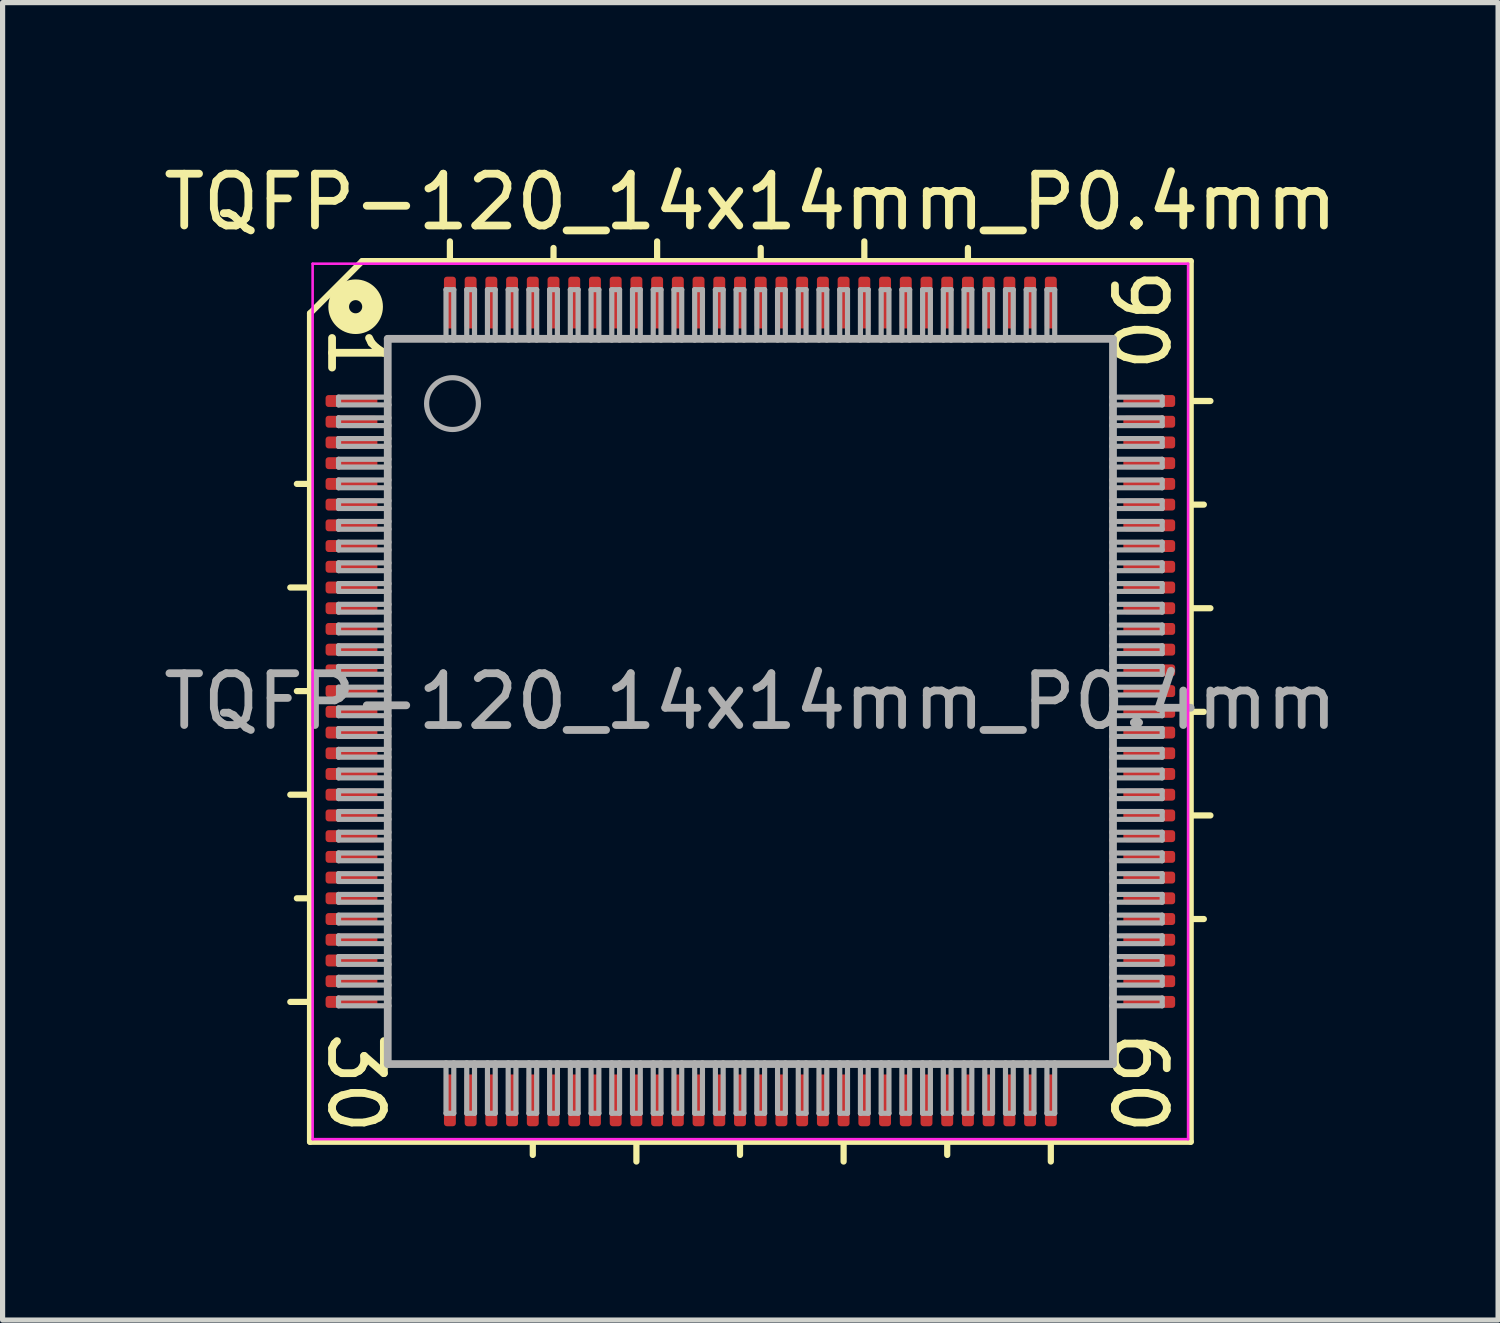
<source format=kicad_pcb>
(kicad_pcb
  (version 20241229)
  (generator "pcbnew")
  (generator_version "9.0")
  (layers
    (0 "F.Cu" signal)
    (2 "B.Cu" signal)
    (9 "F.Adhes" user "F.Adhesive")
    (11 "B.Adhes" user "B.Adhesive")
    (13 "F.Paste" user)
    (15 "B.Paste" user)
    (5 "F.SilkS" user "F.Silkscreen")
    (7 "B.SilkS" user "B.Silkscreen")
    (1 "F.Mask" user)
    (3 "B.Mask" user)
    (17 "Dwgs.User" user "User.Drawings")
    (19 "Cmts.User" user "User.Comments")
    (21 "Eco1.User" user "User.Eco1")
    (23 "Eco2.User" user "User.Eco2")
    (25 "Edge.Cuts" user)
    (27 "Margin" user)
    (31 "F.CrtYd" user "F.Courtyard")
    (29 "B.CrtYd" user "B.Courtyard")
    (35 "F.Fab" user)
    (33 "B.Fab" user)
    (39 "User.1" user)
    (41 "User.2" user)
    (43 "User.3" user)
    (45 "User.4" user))
  (footprint "TQFP-120_14x14mm_P0.4mm"
    (layer "F.Cu")
    (at 11.435 10.491)
    (property "Reference" "TQFP-120_14x14mm_P0.4mm" (at 0 -9.643 0) (layer "F.SilkS") (effects (font (size 1 1) (thickness 0.15))))
    (attr smd)
    (fp_line (start -8.5 -7.493) (end -8.5 8.5) (stroke (width 0.12) (type solid)) (layer "F.SilkS"))
    (fp_line (start -8.5 -4.2) (end -8.754 -4.2) (stroke (width 0.12) (type solid)) (layer "F.SilkS"))
    (fp_line (start -8.5 -2.2) (end -8.881 -2.2) (stroke (width 0.12) (type solid)) (layer "F.SilkS"))
    (fp_line (start -8.5 -0.2) (end -8.754 -0.2) (stroke (width 0.12) (type solid)) (layer "F.SilkS"))
    (fp_line (start -8.5 1.8) (end -8.881 1.8) (stroke (width 0.12) (type solid)) (layer "F.SilkS"))
    (fp_line (start -8.5 3.8) (end -8.754 3.8) (stroke (width 0.12) (type solid)) (layer "F.SilkS"))
    (fp_line (start -8.5 5.8) (end -8.881 5.8) (stroke (width 0.12) (type solid)) (layer "F.SilkS"))
    (fp_line (start -8.5 8.5) (end 8.5 8.5) (stroke (width 0.12) (type solid)) (layer "F.SilkS"))
    (fp_line (start -7.493 -8.5) (end -8.5 -7.493) (stroke (width 0.12) (type solid)) (layer "F.SilkS"))
    (fp_line (start -5.8 -8.5) (end -5.8 -8.881) (stroke (width 0.12) (type solid)) (layer "F.SilkS"))
    (fp_line (start -4.2 8.5) (end -4.2 8.754) (stroke (width 0.12) (type solid)) (layer "F.SilkS"))
    (fp_line (start -3.8 -8.5) (end -3.8 -8.754) (stroke (width 0.12) (type solid)) (layer "F.SilkS"))
    (fp_line (start -2.2 8.5) (end -2.2 8.881) (stroke (width 0.12) (type solid)) (layer "F.SilkS"))
    (fp_line (start -1.8 -8.5) (end -1.8 -8.881) (stroke (width 0.12) (type solid)) (layer "F.SilkS"))
    (fp_line (start -0.2 8.5) (end -0.2 8.754) (stroke (width 0.12) (type solid)) (layer "F.SilkS"))
    (fp_line (start 0.2 -8.5) (end 0.2 -8.754) (stroke (width 0.12) (type solid)) (layer "F.SilkS"))
    (fp_line (start 1.8 8.5) (end 1.8 8.881) (stroke (width 0.12) (type solid)) (layer "F.SilkS"))
    (fp_line (start 2.2 -8.881) (end 2.2 -8.5) (stroke (width 0.12) (type solid)) (layer "F.SilkS"))
    (fp_line (start 3.8 8.5) (end 3.8 8.754) (stroke (width 0.12) (type solid)) (layer "F.SilkS"))
    (fp_line (start 4.2 -8.5) (end 4.2 -8.754) (stroke (width 0.12) (type solid)) (layer "F.SilkS"))
    (fp_line (start 5.8 8.5) (end 5.8 8.881) (stroke (width 0.12) (type solid)) (layer "F.SilkS"))
    (fp_line (start 8.5 -8.5) (end -7.493 -8.5) (stroke (width 0.12) (type solid)) (layer "F.SilkS"))
    (fp_line (start 8.5 -5.8) (end 8.881 -5.8) (stroke (width 0.12) (type solid)) (layer "F.SilkS"))
    (fp_line (start 8.5 -3.8) (end 8.754 -3.8) (stroke (width 0.12) (type solid)) (layer "F.SilkS"))
    (fp_line (start 8.5 -1.8) (end 8.881 -1.8) (stroke (width 0.12) (type solid)) (layer "F.SilkS"))
    (fp_line (start 8.5 0.2) (end 8.754 0.2) (stroke (width 0.12) (type solid)) (layer "F.SilkS"))
    (fp_line (start 8.5 2.2) (end 8.881 2.2) (stroke (width 0.12) (type solid)) (layer "F.SilkS"))
    (fp_line (start 8.5 4.2) (end 8.754 4.2) (stroke (width 0.12) (type solid)) (layer "F.SilkS"))
    (fp_line (start 8.5 8.5) (end 8.5 -8.5) (stroke (width 0.12) (type solid)) (layer "F.SilkS"))
    (fp_circle (center -7.62 -7.62) (end -7.493 -7.62) (stroke (width 0.4) (type solid)) (fill no) (layer "F.SilkS"))
    (fp_line (start -8.45 -8.45) (end -8.45 8.45) (stroke (width 0.05) (type solid)) (layer "F.CrtYd"))
    (fp_line (start -8.45 -8.45) (end 8.45 -8.45) (stroke (width 0.05) (type solid)) (layer "F.CrtYd"))
    (fp_line (start -8.45 8.45) (end 8.45 8.45) (stroke (width 0.05) (type solid)) (layer "F.CrtYd"))
    (fp_line (start 8.45 -8.45) (end 8.45 8.45) (stroke (width 0.05) (type solid)) (layer "F.CrtYd"))
    (fp_line (start -7.95 -5.875) (end -7.95 -5.725) (stroke (width 0.1) (type solid)) (layer "F.Fab"))
    (fp_line (start -7.95 -5.875) (end -6.975 -5.875) (stroke (width 0.1) (type solid)) (layer "F.Fab"))
    (fp_line (start -7.95 -5.725) (end -6.975 -5.725) (stroke (width 0.1) (type solid)) (layer "F.Fab"))
    (fp_line (start -7.95 -5.475) (end -7.95 -5.325) (stroke (width 0.1) (type solid)) (layer "F.Fab"))
    (fp_line (start -7.95 -5.475) (end -6.975 -5.475) (stroke (width 0.1) (type solid)) (layer "F.Fab"))
    (fp_line (start -7.95 -5.325) (end -6.975 -5.325) (stroke (width 0.1) (type solid)) (layer "F.Fab"))
    (fp_line (start -7.95 -5.075) (end -7.95 -4.925) (stroke (width 0.1) (type solid)) (layer "F.Fab"))
    (fp_line (start -7.95 -5.075) (end -6.975 -5.075) (stroke (width 0.1) (type solid)) (layer "F.Fab"))
    (fp_line (start -7.95 -4.925) (end -6.975 -4.925) (stroke (width 0.1) (type solid)) (layer "F.Fab"))
    (fp_line (start -7.95 -4.675) (end -7.95 -4.525) (stroke (width 0.1) (type solid)) (layer "F.Fab"))
    (fp_line (start -7.95 -4.675) (end -6.975 -4.675) (stroke (width 0.1) (type solid)) (layer "F.Fab"))
    (fp_line (start -7.95 -4.525) (end -6.975 -4.525) (stroke (width 0.1) (type solid)) (layer "F.Fab"))
    (fp_line (start -7.95 -4.275) (end -7.95 -4.125) (stroke (width 0.1) (type solid)) (layer "F.Fab"))
    (fp_line (start -7.95 -4.275) (end -6.975 -4.275) (stroke (width 0.1) (type solid)) (layer "F.Fab"))
    (fp_line (start -7.95 -4.125) (end -6.975 -4.125) (stroke (width 0.1) (type solid)) (layer "F.Fab"))
    (fp_line (start -7.95 -3.875) (end -7.95 -3.725) (stroke (width 0.1) (type solid)) (layer "F.Fab"))
    (fp_line (start -7.95 -3.875) (end -6.975 -3.875) (stroke (width 0.1) (type solid)) (layer "F.Fab"))
    (fp_line (start -7.95 -3.725) (end -6.975 -3.725) (stroke (width 0.1) (type solid)) (layer "F.Fab"))
    (fp_line (start -7.95 -3.475) (end -7.95 -3.325) (stroke (width 0.1) (type solid)) (layer "F.Fab"))
    (fp_line (start -7.95 -3.475) (end -6.975 -3.475) (stroke (width 0.1) (type solid)) (layer "F.Fab"))
    (fp_line (start -7.95 -3.325) (end -6.975 -3.325) (stroke (width 0.1) (type solid)) (layer "F.Fab"))
    (fp_line (start -7.95 -3.075) (end -7.95 -2.925) (stroke (width 0.1) (type solid)) (layer "F.Fab"))
    (fp_line (start -7.95 -3.075) (end -6.975 -3.075) (stroke (width 0.1) (type solid)) (layer "F.Fab"))
    (fp_line (start -7.95 -2.925) (end -6.975 -2.925) (stroke (width 0.1) (type solid)) (layer "F.Fab"))
    (fp_line (start -7.95 -2.675) (end -7.95 -2.525) (stroke (width 0.1) (type solid)) (layer "F.Fab"))
    (fp_line (start -7.95 -2.675) (end -6.975 -2.675) (stroke (width 0.1) (type solid)) (layer "F.Fab"))
    (fp_line (start -7.95 -2.525) (end -6.975 -2.525) (stroke (width 0.1) (type solid)) (layer "F.Fab"))
    (fp_line (start -7.95 -2.275) (end -7.95 -2.125) (stroke (width 0.1) (type solid)) (layer "F.Fab"))
    (fp_line (start -7.95 -2.275) (end -6.975 -2.275) (stroke (width 0.1) (type solid)) (layer "F.Fab"))
    (fp_line (start -7.95 -2.125) (end -6.975 -2.125) (stroke (width 0.1) (type solid)) (layer "F.Fab"))
    (fp_line (start -7.95 -1.875) (end -7.95 -1.725) (stroke (width 0.1) (type solid)) (layer "F.Fab"))
    (fp_line (start -7.95 -1.875) (end -6.975 -1.875) (stroke (width 0.1) (type solid)) (layer "F.Fab"))
    (fp_line (start -7.95 -1.725) (end -6.975 -1.725) (stroke (width 0.1) (type solid)) (layer "F.Fab"))
    (fp_line (start -7.95 -1.475) (end -7.95 -1.325) (stroke (width 0.1) (type solid)) (layer "F.Fab"))
    (fp_line (start -7.95 -1.475) (end -6.975 -1.475) (stroke (width 0.1) (type solid)) (layer "F.Fab"))
    (fp_line (start -7.95 -1.325) (end -6.975 -1.325) (stroke (width 0.1) (type solid)) (layer "F.Fab"))
    (fp_line (start -7.95 -1.075) (end -7.95 -0.925) (stroke (width 0.1) (type solid)) (layer "F.Fab"))
    (fp_line (start -7.95 -1.075) (end -6.975 -1.075) (stroke (width 0.1) (type solid)) (layer "F.Fab"))
    (fp_line (start -7.95 -0.925) (end -6.975 -0.925) (stroke (width 0.1) (type solid)) (layer "F.Fab"))
    (fp_line (start -7.95 -0.675) (end -7.95 -0.525) (stroke (width 0.1) (type solid)) (layer "F.Fab"))
    (fp_line (start -7.95 -0.675) (end -6.975 -0.675) (stroke (width 0.1) (type solid)) (layer "F.Fab"))
    (fp_line (start -7.95 -0.525) (end -6.975 -0.525) (stroke (width 0.1) (type solid)) (layer "F.Fab"))
    (fp_line (start -7.95 -0.275) (end -7.95 -0.125) (stroke (width 0.1) (type solid)) (layer "F.Fab"))
    (fp_line (start -7.95 -0.275) (end -6.975 -0.275) (stroke (width 0.1) (type solid)) (layer "F.Fab"))
    (fp_line (start -7.95 -0.125) (end -6.975 -0.125) (stroke (width 0.1) (type solid)) (layer "F.Fab"))
    (fp_line (start -7.95 0.125) (end -7.95 0.275) (stroke (width 0.1) (type solid)) (layer "F.Fab"))
    (fp_line (start -7.95 0.125) (end -6.975 0.125) (stroke (width 0.1) (type solid)) (layer "F.Fab"))
    (fp_line (start -7.95 0.275) (end -6.975 0.275) (stroke (width 0.1) (type solid)) (layer "F.Fab"))
    (fp_line (start -7.95 0.525) (end -7.95 0.675) (stroke (width 0.1) (type solid)) (layer "F.Fab"))
    (fp_line (start -7.95 0.525) (end -6.975 0.525) (stroke (width 0.1) (type solid)) (layer "F.Fab"))
    (fp_line (start -7.95 0.675) (end -6.975 0.675) (stroke (width 0.1) (type solid)) (layer "F.Fab"))
    (fp_line (start -7.95 0.925) (end -7.95 1.075) (stroke (width 0.1) (type solid)) (layer "F.Fab"))
    (fp_line (start -7.95 0.925) (end -6.975 0.925) (stroke (width 0.1) (type solid)) (layer "F.Fab"))
    (fp_line (start -7.95 1.075) (end -6.975 1.075) (stroke (width 0.1) (type solid)) (layer "F.Fab"))
    (fp_line (start -7.95 1.325) (end -7.95 1.475) (stroke (width 0.1) (type solid)) (layer "F.Fab"))
    (fp_line (start -7.95 1.325) (end -6.975 1.325) (stroke (width 0.1) (type solid)) (layer "F.Fab"))
    (fp_line (start -7.95 1.475) (end -6.975 1.475) (stroke (width 0.1) (type solid)) (layer "F.Fab"))
    (fp_line (start -7.95 1.725) (end -7.95 1.875) (stroke (width 0.1) (type solid)) (layer "F.Fab"))
    (fp_line (start -7.95 1.725) (end -6.975 1.725) (stroke (width 0.1) (type solid)) (layer "F.Fab"))
    (fp_line (start -7.95 1.875) (end -6.975 1.875) (stroke (width 0.1) (type solid)) (layer "F.Fab"))
    (fp_line (start -7.95 2.125) (end -7.95 2.275) (stroke (width 0.1) (type solid)) (layer "F.Fab"))
    (fp_line (start -7.95 2.125) (end -6.975 2.125) (stroke (width 0.1) (type solid)) (layer "F.Fab"))
    (fp_line (start -7.95 2.275) (end -6.975 2.275) (stroke (width 0.1) (type solid)) (layer "F.Fab"))
    (fp_line (start -7.95 2.525) (end -7.95 2.675) (stroke (width 0.1) (type solid)) (layer "F.Fab"))
    (fp_line (start -7.95 2.525) (end -6.975 2.525) (stroke (width 0.1) (type solid)) (layer "F.Fab"))
    (fp_line (start -7.95 2.675) (end -6.975 2.675) (stroke (width 0.1) (type solid)) (layer "F.Fab"))
    (fp_line (start -7.95 2.925) (end -7.95 3.075) (stroke (width 0.1) (type solid)) (layer "F.Fab"))
    (fp_line (start -7.95 2.925) (end -6.975 2.925) (stroke (width 0.1) (type solid)) (layer "F.Fab"))
    (fp_line (start -7.95 3.075) (end -6.975 3.075) (stroke (width 0.1) (type solid)) (layer "F.Fab"))
    (fp_line (start -7.95 3.325) (end -7.95 3.475) (stroke (width 0.1) (type solid)) (layer "F.Fab"))
    (fp_line (start -7.95 3.325) (end -6.975 3.325) (stroke (width 0.1) (type solid)) (layer "F.Fab"))
    (fp_line (start -7.95 3.475) (end -6.975 3.475) (stroke (width 0.1) (type solid)) (layer "F.Fab"))
    (fp_line (start -7.95 3.725) (end -7.95 3.875) (stroke (width 0.1) (type solid)) (layer "F.Fab"))
    (fp_line (start -7.95 3.725) (end -6.975 3.725) (stroke (width 0.1) (type solid)) (layer "F.Fab"))
    (fp_line (start -7.95 3.875) (end -6.975 3.875) (stroke (width 0.1) (type solid)) (layer "F.Fab"))
    (fp_line (start -7.95 4.125) (end -7.95 4.275) (stroke (width 0.1) (type solid)) (layer "F.Fab"))
    (fp_line (start -7.95 4.125) (end -6.975 4.125) (stroke (width 0.1) (type solid)) (layer "F.Fab"))
    (fp_line (start -7.95 4.275) (end -6.975 4.275) (stroke (width 0.1) (type solid)) (layer "F.Fab"))
    (fp_line (start -7.95 4.525) (end -7.95 4.675) (stroke (width 0.1) (type solid)) (layer "F.Fab"))
    (fp_line (start -7.95 4.525) (end -6.975 4.525) (stroke (width 0.1) (type solid)) (layer "F.Fab"))
    (fp_line (start -7.95 4.675) (end -6.975 4.675) (stroke (width 0.1) (type solid)) (layer "F.Fab"))
    (fp_line (start -7.95 4.925) (end -7.95 5.075) (stroke (width 0.1) (type solid)) (layer "F.Fab"))
    (fp_line (start -7.95 4.925) (end -6.975 4.925) (stroke (width 0.1) (type solid)) (layer "F.Fab"))
    (fp_line (start -7.95 5.075) (end -6.975 5.075) (stroke (width 0.1) (type solid)) (layer "F.Fab"))
    (fp_line (start -7.95 5.325) (end -7.95 5.475) (stroke (width 0.1) (type solid)) (layer "F.Fab"))
    (fp_line (start -7.95 5.325) (end -6.975 5.325) (stroke (width 0.1) (type solid)) (layer "F.Fab"))
    (fp_line (start -7.95 5.475) (end -6.975 5.475) (stroke (width 0.1) (type solid)) (layer "F.Fab"))
    (fp_line (start -7.95 5.725) (end -7.95 5.875) (stroke (width 0.1) (type solid)) (layer "F.Fab"))
    (fp_line (start -7.95 5.725) (end -6.975 5.725) (stroke (width 0.1) (type solid)) (layer "F.Fab"))
    (fp_line (start -7.95 5.875) (end -6.975 5.875) (stroke (width 0.1) (type solid)) (layer "F.Fab"))
    (fp_line (start -7 -7) (end 7 -7) (stroke (width 0.15) (type solid)) (layer "F.Fab"))
    (fp_line (start -7 7) (end -7 -7) (stroke (width 0.15) (type solid)) (layer "F.Fab"))
    (fp_line (start -5.875 -7.95) (end -5.875 -6.975) (stroke (width 0.1) (type solid)) (layer "F.Fab"))
    (fp_line (start -5.875 7.95) (end -5.875 6.975) (stroke (width 0.1) (type solid)) (layer "F.Fab"))
    (fp_line (start -5.875 7.95) (end -5.725 7.95) (stroke (width 0.1) (type solid)) (layer "F.Fab"))
    (fp_line (start -5.725 -7.95) (end -5.875 -7.95) (stroke (width 0.1) (type solid)) (layer "F.Fab"))
    (fp_line (start -5.725 -7.95) (end -5.725 -6.975) (stroke (width 0.1) (type solid)) (layer "F.Fab"))
    (fp_line (start -5.725 7.95) (end -5.725 6.975) (stroke (width 0.1) (type solid)) (layer "F.Fab"))
    (fp_line (start -5.475 -7.95) (end -5.475 -6.975) (stroke (width 0.1) (type solid)) (layer "F.Fab"))
    (fp_line (start -5.475 7.95) (end -5.475 6.975) (stroke (width 0.1) (type solid)) (layer "F.Fab"))
    (fp_line (start -5.475 7.95) (end -5.325 7.95) (stroke (width 0.1) (type solid)) (layer "F.Fab"))
    (fp_line (start -5.325 -7.95) (end -5.475 -7.95) (stroke (width 0.1) (type solid)) (layer "F.Fab"))
    (fp_line (start -5.325 -7.95) (end -5.325 -6.975) (stroke (width 0.1) (type solid)) (layer "F.Fab"))
    (fp_line (start -5.325 7.95) (end -5.325 6.975) (stroke (width 0.1) (type solid)) (layer "F.Fab"))
    (fp_line (start -5.075 -7.95) (end -5.075 -6.975) (stroke (width 0.1) (type solid)) (layer "F.Fab"))
    (fp_line (start -5.075 7.95) (end -5.075 6.975) (stroke (width 0.1) (type solid)) (layer "F.Fab"))
    (fp_line (start -5.075 7.95) (end -4.925 7.95) (stroke (width 0.1) (type solid)) (layer "F.Fab"))
    (fp_line (start -4.925 -7.95) (end -5.075 -7.95) (stroke (width 0.1) (type solid)) (layer "F.Fab"))
    (fp_line (start -4.925 -7.95) (end -4.925 -6.975) (stroke (width 0.1) (type solid)) (layer "F.Fab"))
    (fp_line (start -4.925 7.95) (end -4.925 6.975) (stroke (width 0.1) (type solid)) (layer "F.Fab"))
    (fp_line (start -4.675 -7.95) (end -4.675 -6.975) (stroke (width 0.1) (type solid)) (layer "F.Fab"))
    (fp_line (start -4.675 7.95) (end -4.675 6.975) (stroke (width 0.1) (type solid)) (layer "F.Fab"))
    (fp_line (start -4.675 7.95) (end -4.525 7.95) (stroke (width 0.1) (type solid)) (layer "F.Fab"))
    (fp_line (start -4.525 -7.95) (end -4.675 -7.95) (stroke (width 0.1) (type solid)) (layer "F.Fab"))
    (fp_line (start -4.525 -7.95) (end -4.525 -6.975) (stroke (width 0.1) (type solid)) (layer "F.Fab"))
    (fp_line (start -4.525 7.95) (end -4.525 6.975) (stroke (width 0.1) (type solid)) (layer "F.Fab"))
    (fp_line (start -4.275 -7.95) (end -4.275 -6.975) (stroke (width 0.1) (type solid)) (layer "F.Fab"))
    (fp_line (start -4.275 7.95) (end -4.275 6.975) (stroke (width 0.1) (type solid)) (layer "F.Fab"))
    (fp_line (start -4.275 7.95) (end -4.125 7.95) (stroke (width 0.1) (type solid)) (layer "F.Fab"))
    (fp_line (start -4.125 -7.95) (end -4.275 -7.95) (stroke (width 0.1) (type solid)) (layer "F.Fab"))
    (fp_line (start -4.125 -7.95) (end -4.125 -6.975) (stroke (width 0.1) (type solid)) (layer "F.Fab"))
    (fp_line (start -4.125 7.95) (end -4.125 6.975) (stroke (width 0.1) (type solid)) (layer "F.Fab"))
    (fp_line (start -3.875 -7.95) (end -3.875 -6.975) (stroke (width 0.1) (type solid)) (layer "F.Fab"))
    (fp_line (start -3.875 7.95) (end -3.875 6.975) (stroke (width 0.1) (type solid)) (layer "F.Fab"))
    (fp_line (start -3.875 7.95) (end -3.725 7.95) (stroke (width 0.1) (type solid)) (layer "F.Fab"))
    (fp_line (start -3.725 -7.95) (end -3.875 -7.95) (stroke (width 0.1) (type solid)) (layer "F.Fab"))
    (fp_line (start -3.725 -7.95) (end -3.725 -6.975) (stroke (width 0.1) (type solid)) (layer "F.Fab"))
    (fp_line (start -3.725 7.95) (end -3.725 6.975) (stroke (width 0.1) (type solid)) (layer "F.Fab"))
    (fp_line (start -3.475 -7.95) (end -3.475 -6.975) (stroke (width 0.1) (type solid)) (layer "F.Fab"))
    (fp_line (start -3.475 7.95) (end -3.475 6.975) (stroke (width 0.1) (type solid)) (layer "F.Fab"))
    (fp_line (start -3.475 7.95) (end -3.325 7.95) (stroke (width 0.1) (type solid)) (layer "F.Fab"))
    (fp_line (start -3.325 -7.95) (end -3.475 -7.95) (stroke (width 0.1) (type solid)) (layer "F.Fab"))
    (fp_line (start -3.325 -7.95) (end -3.325 -6.975) (stroke (width 0.1) (type solid)) (layer "F.Fab"))
    (fp_line (start -3.325 7.95) (end -3.325 6.975) (stroke (width 0.1) (type solid)) (layer "F.Fab"))
    (fp_line (start -3.075 -7.95) (end -3.075 -6.975) (stroke (width 0.1) (type solid)) (layer "F.Fab"))
    (fp_line (start -3.075 7.95) (end -3.075 6.975) (stroke (width 0.1) (type solid)) (layer "F.Fab"))
    (fp_line (start -3.075 7.95) (end -2.925 7.95) (stroke (width 0.1) (type solid)) (layer "F.Fab"))
    (fp_line (start -2.925 -7.95) (end -3.075 -7.95) (stroke (width 0.1) (type solid)) (layer "F.Fab"))
    (fp_line (start -2.925 -7.95) (end -2.925 -6.975) (stroke (width 0.1) (type solid)) (layer "F.Fab"))
    (fp_line (start -2.925 7.95) (end -2.925 6.975) (stroke (width 0.1) (type solid)) (layer "F.Fab"))
    (fp_line (start -2.675 -7.95) (end -2.675 -6.975) (stroke (width 0.1) (type solid)) (layer "F.Fab"))
    (fp_line (start -2.675 7.95) (end -2.675 6.975) (stroke (width 0.1) (type solid)) (layer "F.Fab"))
    (fp_line (start -2.675 7.95) (end -2.525 7.95) (stroke (width 0.1) (type solid)) (layer "F.Fab"))
    (fp_line (start -2.525 -7.95) (end -2.675 -7.95) (stroke (width 0.1) (type solid)) (layer "F.Fab"))
    (fp_line (start -2.525 -7.95) (end -2.525 -6.975) (stroke (width 0.1) (type solid)) (layer "F.Fab"))
    (fp_line (start -2.525 7.95) (end -2.525 6.975) (stroke (width 0.1) (type solid)) (layer "F.Fab"))
    (fp_line (start -2.275 -7.95) (end -2.275 -6.975) (stroke (width 0.1) (type solid)) (layer "F.Fab"))
    (fp_line (start -2.275 7.95) (end -2.275 6.975) (stroke (width 0.1) (type solid)) (layer "F.Fab"))
    (fp_line (start -2.275 7.95) (end -2.125 7.95) (stroke (width 0.1) (type solid)) (layer "F.Fab"))
    (fp_line (start -2.125 -7.95) (end -2.275 -7.95) (stroke (width 0.1) (type solid)) (layer "F.Fab"))
    (fp_line (start -2.125 -7.95) (end -2.125 -6.975) (stroke (width 0.1) (type solid)) (layer "F.Fab"))
    (fp_line (start -2.125 7.95) (end -2.125 6.975) (stroke (width 0.1) (type solid)) (layer "F.Fab"))
    (fp_line (start -1.875 -7.95) (end -1.875 -6.975) (stroke (width 0.1) (type solid)) (layer "F.Fab"))
    (fp_line (start -1.875 7.95) (end -1.875 6.975) (stroke (width 0.1) (type solid)) (layer "F.Fab"))
    (fp_line (start -1.875 7.95) (end -1.725 7.95) (stroke (width 0.1) (type solid)) (layer "F.Fab"))
    (fp_line (start -1.725 -7.95) (end -1.875 -7.95) (stroke (width 0.1) (type solid)) (layer "F.Fab"))
    (fp_line (start -1.725 -7.95) (end -1.725 -6.975) (stroke (width 0.1) (type solid)) (layer "F.Fab"))
    (fp_line (start -1.725 7.95) (end -1.725 6.975) (stroke (width 0.1) (type solid)) (layer "F.Fab"))
    (fp_line (start -1.475 -7.95) (end -1.475 -6.975) (stroke (width 0.1) (type solid)) (layer "F.Fab"))
    (fp_line (start -1.475 7.95) (end -1.475 6.975) (stroke (width 0.1) (type solid)) (layer "F.Fab"))
    (fp_line (start -1.475 7.95) (end -1.325 7.95) (stroke (width 0.1) (type solid)) (layer "F.Fab"))
    (fp_line (start -1.325 -7.95) (end -1.475 -7.95) (stroke (width 0.1) (type solid)) (layer "F.Fab"))
    (fp_line (start -1.325 -7.95) (end -1.325 -6.975) (stroke (width 0.1) (type solid)) (layer "F.Fab"))
    (fp_line (start -1.325 7.95) (end -1.325 6.975) (stroke (width 0.1) (type solid)) (layer "F.Fab"))
    (fp_line (start -1.075 -7.95) (end -1.075 -6.975) (stroke (width 0.1) (type solid)) (layer "F.Fab"))
    (fp_line (start -1.075 7.95) (end -1.075 6.975) (stroke (width 0.1) (type solid)) (layer "F.Fab"))
    (fp_line (start -1.075 7.95) (end -0.925 7.95) (stroke (width 0.1) (type solid)) (layer "F.Fab"))
    (fp_line (start -0.925 -7.95) (end -1.075 -7.95) (stroke (width 0.1) (type solid)) (layer "F.Fab"))
    (fp_line (start -0.925 -7.95) (end -0.925 -6.975) (stroke (width 0.1) (type solid)) (layer "F.Fab"))
    (fp_line (start -0.925 7.95) (end -0.925 6.975) (stroke (width 0.1) (type solid)) (layer "F.Fab"))
    (fp_line (start -0.675 -7.95) (end -0.675 -6.975) (stroke (width 0.1) (type solid)) (layer "F.Fab"))
    (fp_line (start -0.675 7.95) (end -0.675 6.975) (stroke (width 0.1) (type solid)) (layer "F.Fab"))
    (fp_line (start -0.675 7.95) (end -0.525 7.95) (stroke (width 0.1) (type solid)) (layer "F.Fab"))
    (fp_line (start -0.525 -7.95) (end -0.675 -7.95) (stroke (width 0.1) (type solid)) (layer "F.Fab"))
    (fp_line (start -0.525 -7.95) (end -0.525 -6.975) (stroke (width 0.1) (type solid)) (layer "F.Fab"))
    (fp_line (start -0.525 7.95) (end -0.525 6.975) (stroke (width 0.1) (type solid)) (layer "F.Fab"))
    (fp_line (start -0.275 -7.95) (end -0.275 -6.975) (stroke (width 0.1) (type solid)) (layer "F.Fab"))
    (fp_line (start -0.275 7.95) (end -0.275 6.975) (stroke (width 0.1) (type solid)) (layer "F.Fab"))
    (fp_line (start -0.275 7.95) (end -0.125 7.95) (stroke (width 0.1) (type solid)) (layer "F.Fab"))
    (fp_line (start -0.125 -7.95) (end -0.275 -7.95) (stroke (width 0.1) (type solid)) (layer "F.Fab"))
    (fp_line (start -0.125 -7.95) (end -0.125 -6.975) (stroke (width 0.1) (type solid)) (layer "F.Fab"))
    (fp_line (start -0.125 7.95) (end -0.125 6.975) (stroke (width 0.1) (type solid)) (layer "F.Fab"))
    (fp_line (start 0.125 -7.95) (end 0.125 -6.975) (stroke (width 0.1) (type solid)) (layer "F.Fab"))
    (fp_line (start 0.125 7.95) (end 0.125 6.975) (stroke (width 0.1) (type solid)) (layer "F.Fab"))
    (fp_line (start 0.125 7.95) (end 0.275 7.95) (stroke (width 0.1) (type solid)) (layer "F.Fab"))
    (fp_line (start 0.275 -7.95) (end 0.125 -7.95) (stroke (width 0.1) (type solid)) (layer "F.Fab"))
    (fp_line (start 0.275 -7.95) (end 0.275 -6.975) (stroke (width 0.1) (type solid)) (layer "F.Fab"))
    (fp_line (start 0.275 7.95) (end 0.275 6.975) (stroke (width 0.1) (type solid)) (layer "F.Fab"))
    (fp_line (start 0.525 -7.95) (end 0.525 -6.975) (stroke (width 0.1) (type solid)) (layer "F.Fab"))
    (fp_line (start 0.525 7.95) (end 0.525 6.975) (stroke (width 0.1) (type solid)) (layer "F.Fab"))
    (fp_line (start 0.525 7.95) (end 0.675 7.95) (stroke (width 0.1) (type solid)) (layer "F.Fab"))
    (fp_line (start 0.675 -7.95) (end 0.525 -7.95) (stroke (width 0.1) (type solid)) (layer "F.Fab"))
    (fp_line (start 0.675 -7.95) (end 0.675 -6.975) (stroke (width 0.1) (type solid)) (layer "F.Fab"))
    (fp_line (start 0.675 7.95) (end 0.675 6.975) (stroke (width 0.1) (type solid)) (layer "F.Fab"))
    (fp_line (start 0.925 -7.95) (end 0.925 -6.975) (stroke (width 0.1) (type solid)) (layer "F.Fab"))
    (fp_line (start 0.925 7.95) (end 0.925 6.975) (stroke (width 0.1) (type solid)) (layer "F.Fab"))
    (fp_line (start 0.925 7.95) (end 1.075 7.95) (stroke (width 0.1) (type solid)) (layer "F.Fab"))
    (fp_line (start 1.075 -7.95) (end 0.925 -7.95) (stroke (width 0.1) (type solid)) (layer "F.Fab"))
    (fp_line (start 1.075 -7.95) (end 1.075 -6.975) (stroke (width 0.1) (type solid)) (layer "F.Fab"))
    (fp_line (start 1.075 7.95) (end 1.075 6.975) (stroke (width 0.1) (type solid)) (layer "F.Fab"))
    (fp_line (start 1.325 -7.95) (end 1.325 -6.975) (stroke (width 0.1) (type solid)) (layer "F.Fab"))
    (fp_line (start 1.325 7.95) (end 1.325 6.975) (stroke (width 0.1) (type solid)) (layer "F.Fab"))
    (fp_line (start 1.325 7.95) (end 1.475 7.95) (stroke (width 0.1) (type solid)) (layer "F.Fab"))
    (fp_line (start 1.475 -7.95) (end 1.325 -7.95) (stroke (width 0.1) (type solid)) (layer "F.Fab"))
    (fp_line (start 1.475 -7.95) (end 1.475 -6.975) (stroke (width 0.1) (type solid)) (layer "F.Fab"))
    (fp_line (start 1.475 7.95) (end 1.475 6.975) (stroke (width 0.1) (type solid)) (layer "F.Fab"))
    (fp_line (start 1.725 -7.95) (end 1.725 -6.975) (stroke (width 0.1) (type solid)) (layer "F.Fab"))
    (fp_line (start 1.725 7.95) (end 1.725 6.975) (stroke (width 0.1) (type solid)) (layer "F.Fab"))
    (fp_line (start 1.725 7.95) (end 1.875 7.95) (stroke (width 0.1) (type solid)) (layer "F.Fab"))
    (fp_line (start 1.875 -7.95) (end 1.725 -7.95) (stroke (width 0.1) (type solid)) (layer "F.Fab"))
    (fp_line (start 1.875 -7.95) (end 1.875 -6.975) (stroke (width 0.1) (type solid)) (layer "F.Fab"))
    (fp_line (start 1.875 7.95) (end 1.875 6.975) (stroke (width 0.1) (type solid)) (layer "F.Fab"))
    (fp_line (start 2.125 -7.95) (end 2.125 -6.975) (stroke (width 0.1) (type solid)) (layer "F.Fab"))
    (fp_line (start 2.125 7.95) (end 2.125 6.975) (stroke (width 0.1) (type solid)) (layer "F.Fab"))
    (fp_line (start 2.125 7.95) (end 2.275 7.95) (stroke (width 0.1) (type solid)) (layer "F.Fab"))
    (fp_line (start 2.275 -7.95) (end 2.125 -7.95) (stroke (width 0.1) (type solid)) (layer "F.Fab"))
    (fp_line (start 2.275 -7.95) (end 2.275 -6.975) (stroke (width 0.1) (type solid)) (layer "F.Fab"))
    (fp_line (start 2.275 7.95) (end 2.275 6.975) (stroke (width 0.1) (type solid)) (layer "F.Fab"))
    (fp_line (start 2.525 -7.95) (end 2.525 -6.975) (stroke (width 0.1) (type solid)) (layer "F.Fab"))
    (fp_line (start 2.525 7.95) (end 2.525 6.975) (stroke (width 0.1) (type solid)) (layer "F.Fab"))
    (fp_line (start 2.525 7.95) (end 2.675 7.95) (stroke (width 0.1) (type solid)) (layer "F.Fab"))
    (fp_line (start 2.675 -7.95) (end 2.525 -7.95) (stroke (width 0.1) (type solid)) (layer "F.Fab"))
    (fp_line (start 2.675 -7.95) (end 2.675 -6.975) (stroke (width 0.1) (type solid)) (layer "F.Fab"))
    (fp_line (start 2.675 7.95) (end 2.675 6.975) (stroke (width 0.1) (type solid)) (layer "F.Fab"))
    (fp_line (start 2.925 -7.95) (end 2.925 -6.975) (stroke (width 0.1) (type solid)) (layer "F.Fab"))
    (fp_line (start 2.925 7.95) (end 2.925 6.975) (stroke (width 0.1) (type solid)) (layer "F.Fab"))
    (fp_line (start 2.925 7.95) (end 3.075 7.95) (stroke (width 0.1) (type solid)) (layer "F.Fab"))
    (fp_line (start 3.075 -7.95) (end 2.925 -7.95) (stroke (width 0.1) (type solid)) (layer "F.Fab"))
    (fp_line (start 3.075 -7.95) (end 3.075 -6.975) (stroke (width 0.1) (type solid)) (layer "F.Fab"))
    (fp_line (start 3.075 7.95) (end 3.075 6.975) (stroke (width 0.1) (type solid)) (layer "F.Fab"))
    (fp_line (start 3.325 -7.95) (end 3.325 -6.975) (stroke (width 0.1) (type solid)) (layer "F.Fab"))
    (fp_line (start 3.325 7.95) (end 3.325 6.975) (stroke (width 0.1) (type solid)) (layer "F.Fab"))
    (fp_line (start 3.325 7.95) (end 3.475 7.95) (stroke (width 0.1) (type solid)) (layer "F.Fab"))
    (fp_line (start 3.475 -7.95) (end 3.325 -7.95) (stroke (width 0.1) (type solid)) (layer "F.Fab"))
    (fp_line (start 3.475 -7.95) (end 3.475 -6.975) (stroke (width 0.1) (type solid)) (layer "F.Fab"))
    (fp_line (start 3.475 7.95) (end 3.475 6.975) (stroke (width 0.1) (type solid)) (layer "F.Fab"))
    (fp_line (start 3.725 -7.95) (end 3.725 -6.975) (stroke (width 0.1) (type solid)) (layer "F.Fab"))
    (fp_line (start 3.725 7.95) (end 3.725 6.975) (stroke (width 0.1) (type solid)) (layer "F.Fab"))
    (fp_line (start 3.725 7.95) (end 3.875 7.95) (stroke (width 0.1) (type solid)) (layer "F.Fab"))
    (fp_line (start 3.875 -7.95) (end 3.725 -7.95) (stroke (width 0.1) (type solid)) (layer "F.Fab"))
    (fp_line (start 3.875 -7.95) (end 3.875 -6.975) (stroke (width 0.1) (type solid)) (layer "F.Fab"))
    (fp_line (start 3.875 7.95) (end 3.875 6.975) (stroke (width 0.1) (type solid)) (layer "F.Fab"))
    (fp_line (start 4.125 -7.95) (end 4.125 -6.975) (stroke (width 0.1) (type solid)) (layer "F.Fab"))
    (fp_line (start 4.125 7.95) (end 4.125 6.975) (stroke (width 0.1) (type solid)) (layer "F.Fab"))
    (fp_line (start 4.125 7.95) (end 4.275 7.95) (stroke (width 0.1) (type solid)) (layer "F.Fab"))
    (fp_line (start 4.275 -7.95) (end 4.125 -7.95) (stroke (width 0.1) (type solid)) (layer "F.Fab"))
    (fp_line (start 4.275 -7.95) (end 4.275 -6.975) (stroke (width 0.1) (type solid)) (layer "F.Fab"))
    (fp_line (start 4.275 7.95) (end 4.275 6.975) (stroke (width 0.1) (type solid)) (layer "F.Fab"))
    (fp_line (start 4.525 -7.95) (end 4.525 -6.975) (stroke (width 0.1) (type solid)) (layer "F.Fab"))
    (fp_line (start 4.525 7.95) (end 4.525 6.975) (stroke (width 0.1) (type solid)) (layer "F.Fab"))
    (fp_line (start 4.525 7.95) (end 4.675 7.95) (stroke (width 0.1) (type solid)) (layer "F.Fab"))
    (fp_line (start 4.675 -7.95) (end 4.525 -7.95) (stroke (width 0.1) (type solid)) (layer "F.Fab"))
    (fp_line (start 4.675 -7.95) (end 4.675 -6.975) (stroke (width 0.1) (type solid)) (layer "F.Fab"))
    (fp_line (start 4.675 7.95) (end 4.675 6.975) (stroke (width 0.1) (type solid)) (layer "F.Fab"))
    (fp_line (start 4.925 -7.95) (end 4.925 -6.975) (stroke (width 0.1) (type solid)) (layer "F.Fab"))
    (fp_line (start 4.925 7.95) (end 4.925 6.975) (stroke (width 0.1) (type solid)) (layer "F.Fab"))
    (fp_line (start 4.925 7.95) (end 5.075 7.95) (stroke (width 0.1) (type solid)) (layer "F.Fab"))
    (fp_line (start 5.075 -7.95) (end 4.925 -7.95) (stroke (width 0.1) (type solid)) (layer "F.Fab"))
    (fp_line (start 5.075 -7.95) (end 5.075 -6.975) (stroke (width 0.1) (type solid)) (layer "F.Fab"))
    (fp_line (start 5.075 7.95) (end 5.075 6.975) (stroke (width 0.1) (type solid)) (layer "F.Fab"))
    (fp_line (start 5.325 -7.95) (end 5.325 -6.975) (stroke (width 0.1) (type solid)) (layer "F.Fab"))
    (fp_line (start 5.325 7.95) (end 5.325 6.975) (stroke (width 0.1) (type solid)) (layer "F.Fab"))
    (fp_line (start 5.325 7.95) (end 5.475 7.95) (stroke (width 0.1) (type solid)) (layer "F.Fab"))
    (fp_line (start 5.475 -7.95) (end 5.325 -7.95) (stroke (width 0.1) (type solid)) (layer "F.Fab"))
    (fp_line (start 5.475 -7.95) (end 5.475 -6.975) (stroke (width 0.1) (type solid)) (layer "F.Fab"))
    (fp_line (start 5.475 7.95) (end 5.475 6.975) (stroke (width 0.1) (type solid)) (layer "F.Fab"))
    (fp_line (start 5.725 -7.95) (end 5.725 -6.975) (stroke (width 0.1) (type solid)) (layer "F.Fab"))
    (fp_line (start 5.725 7.95) (end 5.725 6.975) (stroke (width 0.1) (type solid)) (layer "F.Fab"))
    (fp_line (start 5.725 7.95) (end 5.875 7.95) (stroke (width 0.1) (type solid)) (layer "F.Fab"))
    (fp_line (start 5.875 -7.95) (end 5.725 -7.95) (stroke (width 0.1) (type solid)) (layer "F.Fab"))
    (fp_line (start 5.875 -7.95) (end 5.875 -6.975) (stroke (width 0.1) (type solid)) (layer "F.Fab"))
    (fp_line (start 5.875 7.95) (end 5.875 6.975) (stroke (width 0.1) (type solid)) (layer "F.Fab"))
    (fp_line (start 7 -7) (end 7 7) (stroke (width 0.15) (type solid)) (layer "F.Fab"))
    (fp_line (start 7 7) (end -7 7) (stroke (width 0.15) (type solid)) (layer "F.Fab"))
    (fp_line (start 7.95 -5.875) (end 6.975 -5.875) (stroke (width 0.1) (type solid)) (layer "F.Fab"))
    (fp_line (start 7.95 -5.725) (end 6.975 -5.725) (stroke (width 0.1) (type solid)) (layer "F.Fab"))
    (fp_line (start 7.95 -5.725) (end 7.95 -5.875) (stroke (width 0.1) (type solid)) (layer "F.Fab"))
    (fp_line (start 7.95 -5.475) (end 6.975 -5.475) (stroke (width 0.1) (type solid)) (layer "F.Fab"))
    (fp_line (start 7.95 -5.325) (end 6.975 -5.325) (stroke (width 0.1) (type solid)) (layer "F.Fab"))
    (fp_line (start 7.95 -5.325) (end 7.95 -5.475) (stroke (width 0.1) (type solid)) (layer "F.Fab"))
    (fp_line (start 7.95 -5.075) (end 6.975 -5.075) (stroke (width 0.1) (type solid)) (layer "F.Fab"))
    (fp_line (start 7.95 -4.925) (end 6.975 -4.925) (stroke (width 0.1) (type solid)) (layer "F.Fab"))
    (fp_line (start 7.95 -4.925) (end 7.95 -5.075) (stroke (width 0.1) (type solid)) (layer "F.Fab"))
    (fp_line (start 7.95 -4.675) (end 6.975 -4.675) (stroke (width 0.1) (type solid)) (layer "F.Fab"))
    (fp_line (start 7.95 -4.525) (end 6.975 -4.525) (stroke (width 0.1) (type solid)) (layer "F.Fab"))
    (fp_line (start 7.95 -4.525) (end 7.95 -4.675) (stroke (width 0.1) (type solid)) (layer "F.Fab"))
    (fp_line (start 7.95 -4.275) (end 6.975 -4.275) (stroke (width 0.1) (type solid)) (layer "F.Fab"))
    (fp_line (start 7.95 -4.125) (end 6.975 -4.125) (stroke (width 0.1) (type solid)) (layer "F.Fab"))
    (fp_line (start 7.95 -4.125) (end 7.95 -4.275) (stroke (width 0.1) (type solid)) (layer "F.Fab"))
    (fp_line (start 7.95 -3.875) (end 6.975 -3.875) (stroke (width 0.1) (type solid)) (layer "F.Fab"))
    (fp_line (start 7.95 -3.725) (end 6.975 -3.725) (stroke (width 0.1) (type solid)) (layer "F.Fab"))
    (fp_line (start 7.95 -3.725) (end 7.95 -3.875) (stroke (width 0.1) (type solid)) (layer "F.Fab"))
    (fp_line (start 7.95 -3.475) (end 6.975 -3.475) (stroke (width 0.1) (type solid)) (layer "F.Fab"))
    (fp_line (start 7.95 -3.325) (end 6.975 -3.325) (stroke (width 0.1) (type solid)) (layer "F.Fab"))
    (fp_line (start 7.95 -3.325) (end 7.95 -3.475) (stroke (width 0.1) (type solid)) (layer "F.Fab"))
    (fp_line (start 7.95 -3.075) (end 6.975 -3.075) (stroke (width 0.1) (type solid)) (layer "F.Fab"))
    (fp_line (start 7.95 -2.925) (end 6.975 -2.925) (stroke (width 0.1) (type solid)) (layer "F.Fab"))
    (fp_line (start 7.95 -2.925) (end 7.95 -3.075) (stroke (width 0.1) (type solid)) (layer "F.Fab"))
    (fp_line (start 7.95 -2.675) (end 6.975 -2.675) (stroke (width 0.1) (type solid)) (layer "F.Fab"))
    (fp_line (start 7.95 -2.525) (end 6.975 -2.525) (stroke (width 0.1) (type solid)) (layer "F.Fab"))
    (fp_line (start 7.95 -2.525) (end 7.95 -2.675) (stroke (width 0.1) (type solid)) (layer "F.Fab"))
    (fp_line (start 7.95 -2.275) (end 6.975 -2.275) (stroke (width 0.1) (type solid)) (layer "F.Fab"))
    (fp_line (start 7.95 -2.125) (end 6.975 -2.125) (stroke (width 0.1) (type solid)) (layer "F.Fab"))
    (fp_line (start 7.95 -2.125) (end 7.95 -2.275) (stroke (width 0.1) (type solid)) (layer "F.Fab"))
    (fp_line (start 7.95 -1.875) (end 6.975 -1.875) (stroke (width 0.1) (type solid)) (layer "F.Fab"))
    (fp_line (start 7.95 -1.725) (end 6.975 -1.725) (stroke (width 0.1) (type solid)) (layer "F.Fab"))
    (fp_line (start 7.95 -1.725) (end 7.95 -1.875) (stroke (width 0.1) (type solid)) (layer "F.Fab"))
    (fp_line (start 7.95 -1.475) (end 6.975 -1.475) (stroke (width 0.1) (type solid)) (layer "F.Fab"))
    (fp_line (start 7.95 -1.325) (end 6.975 -1.325) (stroke (width 0.1) (type solid)) (layer "F.Fab"))
    (fp_line (start 7.95 -1.325) (end 7.95 -1.475) (stroke (width 0.1) (type solid)) (layer "F.Fab"))
    (fp_line (start 7.95 -1.075) (end 6.975 -1.075) (stroke (width 0.1) (type solid)) (layer "F.Fab"))
    (fp_line (start 7.95 -0.925) (end 6.975 -0.925) (stroke (width 0.1) (type solid)) (layer "F.Fab"))
    (fp_line (start 7.95 -0.925) (end 7.95 -1.075) (stroke (width 0.1) (type solid)) (layer "F.Fab"))
    (fp_line (start 7.95 -0.675) (end 6.975 -0.675) (stroke (width 0.1) (type solid)) (layer "F.Fab"))
    (fp_line (start 7.95 -0.525) (end 6.975 -0.525) (stroke (width 0.1) (type solid)) (layer "F.Fab"))
    (fp_line (start 7.95 -0.525) (end 7.95 -0.675) (stroke (width 0.1) (type solid)) (layer "F.Fab"))
    (fp_line (start 7.95 -0.275) (end 6.975 -0.275) (stroke (width 0.1) (type solid)) (layer "F.Fab"))
    (fp_line (start 7.95 -0.125) (end 6.975 -0.125) (stroke (width 0.1) (type solid)) (layer "F.Fab"))
    (fp_line (start 7.95 -0.125) (end 7.95 -0.275) (stroke (width 0.1) (type solid)) (layer "F.Fab"))
    (fp_line (start 7.95 0.125) (end 6.975 0.125) (stroke (width 0.1) (type solid)) (layer "F.Fab"))
    (fp_line (start 7.95 0.275) (end 6.975 0.275) (stroke (width 0.1) (type solid)) (layer "F.Fab"))
    (fp_line (start 7.95 0.275) (end 7.95 0.125) (stroke (width 0.1) (type solid)) (layer "F.Fab"))
    (fp_line (start 7.95 0.525) (end 6.975 0.525) (stroke (width 0.1) (type solid)) (layer "F.Fab"))
    (fp_line (start 7.95 0.675) (end 6.975 0.675) (stroke (width 0.1) (type solid)) (layer "F.Fab"))
    (fp_line (start 7.95 0.675) (end 7.95 0.525) (stroke (width 0.1) (type solid)) (layer "F.Fab"))
    (fp_line (start 7.95 0.925) (end 6.975 0.925) (stroke (width 0.1) (type solid)) (layer "F.Fab"))
    (fp_line (start 7.95 1.075) (end 6.975 1.075) (stroke (width 0.1) (type solid)) (layer "F.Fab"))
    (fp_line (start 7.95 1.075) (end 7.95 0.925) (stroke (width 0.1) (type solid)) (layer "F.Fab"))
    (fp_line (start 7.95 1.325) (end 6.975 1.325) (stroke (width 0.1) (type solid)) (layer "F.Fab"))
    (fp_line (start 7.95 1.475) (end 6.975 1.475) (stroke (width 0.1) (type solid)) (layer "F.Fab"))
    (fp_line (start 7.95 1.475) (end 7.95 1.325) (stroke (width 0.1) (type solid)) (layer "F.Fab"))
    (fp_line (start 7.95 1.725) (end 6.975 1.725) (stroke (width 0.1) (type solid)) (layer "F.Fab"))
    (fp_line (start 7.95 1.875) (end 6.975 1.875) (stroke (width 0.1) (type solid)) (layer "F.Fab"))
    (fp_line (start 7.95 1.875) (end 7.95 1.725) (stroke (width 0.1) (type solid)) (layer "F.Fab"))
    (fp_line (start 7.95 2.125) (end 6.975 2.125) (stroke (width 0.1) (type solid)) (layer "F.Fab"))
    (fp_line (start 7.95 2.275) (end 6.975 2.275) (stroke (width 0.1) (type solid)) (layer "F.Fab"))
    (fp_line (start 7.95 2.275) (end 7.95 2.125) (stroke (width 0.1) (type solid)) (layer "F.Fab"))
    (fp_line (start 7.95 2.525) (end 6.975 2.525) (stroke (width 0.1) (type solid)) (layer "F.Fab"))
    (fp_line (start 7.95 2.675) (end 6.975 2.675) (stroke (width 0.1) (type solid)) (layer "F.Fab"))
    (fp_line (start 7.95 2.675) (end 7.95 2.525) (stroke (width 0.1) (type solid)) (layer "F.Fab"))
    (fp_line (start 7.95 2.925) (end 6.975 2.925) (stroke (width 0.1) (type solid)) (layer "F.Fab"))
    (fp_line (start 7.95 3.075) (end 6.975 3.075) (stroke (width 0.1) (type solid)) (layer "F.Fab"))
    (fp_line (start 7.95 3.075) (end 7.95 2.925) (stroke (width 0.1) (type solid)) (layer "F.Fab"))
    (fp_line (start 7.95 3.325) (end 6.975 3.325) (stroke (width 0.1) (type solid)) (layer "F.Fab"))
    (fp_line (start 7.95 3.475) (end 6.975 3.475) (stroke (width 0.1) (type solid)) (layer "F.Fab"))
    (fp_line (start 7.95 3.475) (end 7.95 3.325) (stroke (width 0.1) (type solid)) (layer "F.Fab"))
    (fp_line (start 7.95 3.725) (end 6.975 3.725) (stroke (width 0.1) (type solid)) (layer "F.Fab"))
    (fp_line (start 7.95 3.875) (end 6.975 3.875) (stroke (width 0.1) (type solid)) (layer "F.Fab"))
    (fp_line (start 7.95 3.875) (end 7.95 3.725) (stroke (width 0.1) (type solid)) (layer "F.Fab"))
    (fp_line (start 7.95 4.125) (end 6.975 4.125) (stroke (width 0.1) (type solid)) (layer "F.Fab"))
    (fp_line (start 7.95 4.275) (end 6.975 4.275) (stroke (width 0.1) (type solid)) (layer "F.Fab"))
    (fp_line (start 7.95 4.275) (end 7.95 4.125) (stroke (width 0.1) (type solid)) (layer "F.Fab"))
    (fp_line (start 7.95 4.525) (end 6.975 4.525) (stroke (width 0.1) (type solid)) (layer "F.Fab"))
    (fp_line (start 7.95 4.675) (end 6.975 4.675) (stroke (width 0.1) (type solid)) (layer "F.Fab"))
    (fp_line (start 7.95 4.675) (end 7.95 4.525) (stroke (width 0.1) (type solid)) (layer "F.Fab"))
    (fp_line (start 7.95 4.925) (end 6.975 4.925) (stroke (width 0.1) (type solid)) (layer "F.Fab"))
    (fp_line (start 7.95 5.075) (end 6.975 5.075) (stroke (width 0.1) (type solid)) (layer "F.Fab"))
    (fp_line (start 7.95 5.075) (end 7.95 4.925) (stroke (width 0.1) (type solid)) (layer "F.Fab"))
    (fp_line (start 7.95 5.325) (end 6.975 5.325) (stroke (width 0.1) (type solid)) (layer "F.Fab"))
    (fp_line (start 7.95 5.475) (end 6.975 5.475) (stroke (width 0.1) (type solid)) (layer "F.Fab"))
    (fp_line (start 7.95 5.475) (end 7.95 5.325) (stroke (width 0.1) (type solid)) (layer "F.Fab"))
    (fp_line (start 7.95 5.725) (end 6.975 5.725) (stroke (width 0.1) (type solid)) (layer "F.Fab"))
    (fp_line (start 7.95 5.875) (end 6.975 5.875) (stroke (width 0.1) (type solid)) (layer "F.Fab"))
    (fp_line (start 7.95 5.875) (end 7.95 5.725) (stroke (width 0.1) (type solid)) (layer "F.Fab"))
    (fp_circle (center -5.75 -5.75) (end -5.25 -5.75) (stroke (width 0.1) (type solid)) (fill no) (layer "F.Fab"))
    (fp_text user "30" (at -7.62 7.366 270) (unlocked yes) (layer "F.SilkS") (effects (font (size 1 1) (thickness 0.15))))
    (fp_text user "60" (at 7.493 7.366 270) (unlocked yes) (layer "F.SilkS") (effects (font (size 1 1) (thickness 0.15))))
    (fp_text user "90" (at 7.493 -7.366 270) (unlocked yes) (layer "F.SilkS") (effects (font (size 1 1) (thickness 0.15))))
    (fp_text user "1" (at -7.62 -6.731 270) (unlocked yes) (layer "F.SilkS") (effects (font (size 1 1) (thickness 0.15))))
    (fp_text user "${REFERENCE}" (at 0 0 0) (layer "F.Fab") (effects (font (size 1 1) (thickness 0.15))))
    (pad "1" smd roundrect (at -7.7 -5.8) (size 1 0.23) (layers "F.Cu" "F.Mask" "F.Paste") (roundrect_rratio 0.25))
    (pad "2" smd roundrect (at -7.7 -5.4) (size 1 0.23) (layers "F.Cu" "F.Mask" "F.Paste") (roundrect_rratio 0.25))
    (pad "3" smd roundrect (at -7.7 -5) (size 1 0.23) (layers "F.Cu" "F.Mask" "F.Paste") (roundrect_rratio 0.25))
    (pad "4" smd roundrect (at -7.7 -4.6) (size 1 0.23) (layers "F.Cu" "F.Mask" "F.Paste") (roundrect_rratio 0.25))
    (pad "5" smd roundrect (at -7.7 -4.2) (size 1 0.23) (layers "F.Cu" "F.Mask" "F.Paste") (roundrect_rratio 0.25))
    (pad "6" smd roundrect (at -7.7 -3.8) (size 1 0.23) (layers "F.Cu" "F.Mask" "F.Paste") (roundrect_rratio 0.25))
    (pad "7" smd roundrect (at -7.7 -3.4) (size 1 0.23) (layers "F.Cu" "F.Mask" "F.Paste") (roundrect_rratio 0.25))
    (pad "8" smd roundrect (at -7.7 -3) (size 1 0.23) (layers "F.Cu" "F.Mask" "F.Paste") (roundrect_rratio 0.25))
    (pad "9" smd roundrect (at -7.7 -2.6) (size 1 0.23) (layers "F.Cu" "F.Mask" "F.Paste") (roundrect_rratio 0.25))
    (pad "10" smd roundrect (at -7.7 -2.2) (size 1 0.23) (layers "F.Cu" "F.Mask" "F.Paste") (roundrect_rratio 0.25))
    (pad "11" smd roundrect (at -7.7 -1.8) (size 1 0.23) (layers "F.Cu" "F.Mask" "F.Paste") (roundrect_rratio 0.25))
    (pad "12" smd roundrect (at -7.7 -1.4) (size 1 0.23) (layers "F.Cu" "F.Mask" "F.Paste") (roundrect_rratio 0.25))
    (pad "13" smd roundrect (at -7.7 -1) (size 1 0.23) (layers "F.Cu" "F.Mask" "F.Paste") (roundrect_rratio 0.25))
    (pad "14" smd roundrect (at -7.7 -0.6) (size 1 0.23) (layers "F.Cu" "F.Mask" "F.Paste") (roundrect_rratio 0.25))
    (pad "15" smd roundrect (at -7.7 -0.2) (size 1 0.23) (layers "F.Cu" "F.Mask" "F.Paste") (roundrect_rratio 0.25))
    (pad "16" smd roundrect (at -7.7 0.2) (size 1 0.23) (layers "F.Cu" "F.Mask" "F.Paste") (roundrect_rratio 0.25))
    (pad "17" smd roundrect (at -7.7 0.6) (size 1 0.23) (layers "F.Cu" "F.Mask" "F.Paste") (roundrect_rratio 0.25))
    (pad "18" smd roundrect (at -7.7 1) (size 1 0.23) (layers "F.Cu" "F.Mask" "F.Paste") (roundrect_rratio 0.25))
    (pad "19" smd roundrect (at -7.7 1.4) (size 1 0.23) (layers "F.Cu" "F.Mask" "F.Paste") (roundrect_rratio 0.25))
    (pad "20" smd roundrect (at -7.7 1.8) (size 1 0.23) (layers "F.Cu" "F.Mask" "F.Paste") (roundrect_rratio 0.25))
    (pad "21" smd roundrect (at -7.7 2.2) (size 1 0.23) (layers "F.Cu" "F.Mask" "F.Paste") (roundrect_rratio 0.25))
    (pad "22" smd roundrect (at -7.7 2.6) (size 1 0.23) (layers "F.Cu" "F.Mask" "F.Paste") (roundrect_rratio 0.25))
    (pad "23" smd roundrect (at -7.7 3) (size 1 0.23) (layers "F.Cu" "F.Mask" "F.Paste") (roundrect_rratio 0.25))
    (pad "24" smd roundrect (at -7.7 3.4) (size 1 0.23) (layers "F.Cu" "F.Mask" "F.Paste") (roundrect_rratio 0.25))
    (pad "25" smd roundrect (at -7.7 3.8) (size 1 0.23) (layers "F.Cu" "F.Mask" "F.Paste") (roundrect_rratio 0.25))
    (pad "26" smd roundrect (at -7.7 4.2) (size 1 0.23) (layers "F.Cu" "F.Mask" "F.Paste") (roundrect_rratio 0.25))
    (pad "27" smd roundrect (at -7.7 4.6) (size 1 0.23) (layers "F.Cu" "F.Mask" "F.Paste") (roundrect_rratio 0.25))
    (pad "28" smd roundrect (at -7.7 5) (size 1 0.23) (layers "F.Cu" "F.Mask" "F.Paste") (roundrect_rratio 0.25))
    (pad "29" smd roundrect (at -7.7 5.4) (size 1 0.23) (layers "F.Cu" "F.Mask" "F.Paste") (roundrect_rratio 0.25))
    (pad "30" smd roundrect (at -7.7 5.8) (size 1 0.23) (layers "F.Cu" "F.Mask" "F.Paste") (roundrect_rratio 0.25))
    (pad "31" smd roundrect (at -5.8 7.7 90) (size 1 0.23) (layers "F.Cu" "F.Mask" "F.Paste") (roundrect_rratio 0.25))
    (pad "32" smd roundrect (at -5.4 7.7 90) (size 1 0.23) (layers "F.Cu" "F.Mask" "F.Paste") (roundrect_rratio 0.25))
    (pad "33" smd roundrect (at -5 7.7 90) (size 1 0.23) (layers "F.Cu" "F.Mask" "F.Paste") (roundrect_rratio 0.25))
    (pad "34" smd roundrect (at -4.6 7.7 90) (size 1 0.23) (layers "F.Cu" "F.Mask" "F.Paste") (roundrect_rratio 0.25))
    (pad "35" smd roundrect (at -4.2 7.7 90) (size 1 0.23) (layers "F.Cu" "F.Mask" "F.Paste") (roundrect_rratio 0.25))
    (pad "36" smd roundrect (at -3.8 7.7 90) (size 1 0.23) (layers "F.Cu" "F.Mask" "F.Paste") (roundrect_rratio 0.25))
    (pad "37" smd roundrect (at -3.4 7.7 90) (size 1 0.23) (layers "F.Cu" "F.Mask" "F.Paste") (roundrect_rratio 0.25))
    (pad "38" smd roundrect (at -3 7.7 90) (size 1 0.23) (layers "F.Cu" "F.Mask" "F.Paste") (roundrect_rratio 0.25))
    (pad "39" smd roundrect (at -2.6 7.7 90) (size 1 0.23) (layers "F.Cu" "F.Mask" "F.Paste") (roundrect_rratio 0.25))
    (pad "40" smd roundrect (at -2.2 7.7 90) (size 1 0.23) (layers "F.Cu" "F.Mask" "F.Paste") (roundrect_rratio 0.25))
    (pad "41" smd roundrect (at -1.8 7.7 90) (size 1 0.23) (layers "F.Cu" "F.Mask" "F.Paste") (roundrect_rratio 0.25))
    (pad "42" smd roundrect (at -1.4 7.7 90) (size 1 0.23) (layers "F.Cu" "F.Mask" "F.Paste") (roundrect_rratio 0.25))
    (pad "43" smd roundrect (at -1 7.7 90) (size 1 0.23) (layers "F.Cu" "F.Mask" "F.Paste") (roundrect_rratio 0.25))
    (pad "44" smd roundrect (at -0.6 7.7 90) (size 1 0.23) (layers "F.Cu" "F.Mask" "F.Paste") (roundrect_rratio 0.25))
    (pad "45" smd roundrect (at -0.2 7.7 90) (size 1 0.23) (layers "F.Cu" "F.Mask" "F.Paste") (roundrect_rratio 0.25))
    (pad "46" smd roundrect (at 0.2 7.7 90) (size 1 0.23) (layers "F.Cu" "F.Mask" "F.Paste") (roundrect_rratio 0.25))
    (pad "47" smd roundrect (at 0.6 7.7 90) (size 1 0.23) (layers "F.Cu" "F.Mask" "F.Paste") (roundrect_rratio 0.25))
    (pad "48" smd roundrect (at 1 7.7 90) (size 1 0.23) (layers "F.Cu" "F.Mask" "F.Paste") (roundrect_rratio 0.25))
    (pad "49" smd roundrect (at 1.4 7.7 90) (size 1 0.23) (layers "F.Cu" "F.Mask" "F.Paste") (roundrect_rratio 0.25))
    (pad "50" smd roundrect (at 1.8 7.7 90) (size 1 0.23) (layers "F.Cu" "F.Mask" "F.Paste") (roundrect_rratio 0.25))
    (pad "51" smd roundrect (at 2.2 7.7 90) (size 1 0.23) (layers "F.Cu" "F.Mask" "F.Paste") (roundrect_rratio 0.25))
    (pad "52" smd roundrect (at 2.6 7.7 90) (size 1 0.23) (layers "F.Cu" "F.Mask" "F.Paste") (roundrect_rratio 0.25))
    (pad "53" smd roundrect (at 3 7.7 90) (size 1 0.23) (layers "F.Cu" "F.Mask" "F.Paste") (roundrect_rratio 0.25))
    (pad "54" smd roundrect (at 3.4 7.7 90) (size 1 0.23) (layers "F.Cu" "F.Mask" "F.Paste") (roundrect_rratio 0.25))
    (pad "55" smd roundrect (at 3.8 7.7 90) (size 1 0.23) (layers "F.Cu" "F.Mask" "F.Paste") (roundrect_rratio 0.25))
    (pad "56" smd roundrect (at 4.2 7.7 90) (size 1 0.23) (layers "F.Cu" "F.Mask" "F.Paste") (roundrect_rratio 0.25))
    (pad "57" smd roundrect (at 4.6 7.7 90) (size 1 0.23) (layers "F.Cu" "F.Mask" "F.Paste") (roundrect_rratio 0.25))
    (pad "58" smd roundrect (at 5 7.7 90) (size 1 0.23) (layers "F.Cu" "F.Mask" "F.Paste") (roundrect_rratio 0.25))
    (pad "59" smd roundrect (at 5.4 7.7 90) (size 1 0.23) (layers "F.Cu" "F.Mask" "F.Paste") (roundrect_rratio 0.25))
    (pad "60" smd roundrect (at 5.8 7.7 90) (size 1 0.23) (layers "F.Cu" "F.Mask" "F.Paste") (roundrect_rratio 0.25))
    (pad "61" smd roundrect (at 7.7 5.8) (size 1 0.23) (layers "F.Cu" "F.Mask" "F.Paste") (roundrect_rratio 0.25))
    (pad "62" smd roundrect (at 7.7 5.4) (size 1 0.23) (layers "F.Cu" "F.Mask" "F.Paste") (roundrect_rratio 0.25))
    (pad "63" smd roundrect (at 7.7 5) (size 1 0.23) (layers "F.Cu" "F.Mask" "F.Paste") (roundrect_rratio 0.25))
    (pad "64" smd roundrect (at 7.7 4.6) (size 1 0.23) (layers "F.Cu" "F.Mask" "F.Paste") (roundrect_rratio 0.25))
    (pad "65" smd roundrect (at 7.7 4.2) (size 1 0.23) (layers "F.Cu" "F.Mask" "F.Paste") (roundrect_rratio 0.25))
    (pad "66" smd roundrect (at 7.7 3.8) (size 1 0.23) (layers "F.Cu" "F.Mask" "F.Paste") (roundrect_rratio 0.25))
    (pad "67" smd roundrect (at 7.7 3.4) (size 1 0.23) (layers "F.Cu" "F.Mask" "F.Paste") (roundrect_rratio 0.25))
    (pad "68" smd roundrect (at 7.7 3) (size 1 0.23) (layers "F.Cu" "F.Mask" "F.Paste") (roundrect_rratio 0.25))
    (pad "69" smd roundrect (at 7.7 2.6) (size 1 0.23) (layers "F.Cu" "F.Mask" "F.Paste") (roundrect_rratio 0.25))
    (pad "70" smd roundrect (at 7.7 2.2) (size 1 0.23) (layers "F.Cu" "F.Mask" "F.Paste") (roundrect_rratio 0.25))
    (pad "71" smd roundrect (at 7.7 1.8) (size 1 0.23) (layers "F.Cu" "F.Mask" "F.Paste") (roundrect_rratio 0.25))
    (pad "72" smd roundrect (at 7.7 1.4) (size 1 0.23) (layers "F.Cu" "F.Mask" "F.Paste") (roundrect_rratio 0.25))
    (pad "73" smd roundrect (at 7.7 1) (size 1 0.23) (layers "F.Cu" "F.Mask" "F.Paste") (roundrect_rratio 0.25))
    (pad "74" smd roundrect (at 7.7 0.6) (size 1 0.23) (layers "F.Cu" "F.Mask" "F.Paste") (roundrect_rratio 0.25))
    (pad "75" smd roundrect (at 7.7 0.2) (size 1 0.23) (layers "F.Cu" "F.Mask" "F.Paste") (roundrect_rratio 0.25))
    (pad "76" smd roundrect (at 7.7 -0.2) (size 1 0.23) (layers "F.Cu" "F.Mask" "F.Paste") (roundrect_rratio 0.25))
    (pad "77" smd roundrect (at 7.7 -0.6) (size 1 0.23) (layers "F.Cu" "F.Mask" "F.Paste") (roundrect_rratio 0.25))
    (pad "78" smd roundrect (at 7.7 -1) (size 1 0.23) (layers "F.Cu" "F.Mask" "F.Paste") (roundrect_rratio 0.25))
    (pad "79" smd roundrect (at 7.7 -1.4) (size 1 0.23) (layers "F.Cu" "F.Mask" "F.Paste") (roundrect_rratio 0.25))
    (pad "80" smd roundrect (at 7.7 -1.8) (size 1 0.23) (layers "F.Cu" "F.Mask" "F.Paste") (roundrect_rratio 0.25))
    (pad "81" smd roundrect (at 7.7 -2.2) (size 1 0.23) (layers "F.Cu" "F.Mask" "F.Paste") (roundrect_rratio 0.25))
    (pad "82" smd roundrect (at 7.7 -2.6) (size 1 0.23) (layers "F.Cu" "F.Mask" "F.Paste") (roundrect_rratio 0.25))
    (pad "83" smd roundrect (at 7.7 -3) (size 1 0.23) (layers "F.Cu" "F.Mask" "F.Paste") (roundrect_rratio 0.25))
    (pad "84" smd roundrect (at 7.7 -3.4) (size 1 0.23) (layers "F.Cu" "F.Mask" "F.Paste") (roundrect_rratio 0.25))
    (pad "85" smd roundrect (at 7.7 -3.8) (size 1 0.23) (layers "F.Cu" "F.Mask" "F.Paste") (roundrect_rratio 0.25))
    (pad "86" smd roundrect (at 7.7 -4.2) (size 1 0.23) (layers "F.Cu" "F.Mask" "F.Paste") (roundrect_rratio 0.25))
    (pad "87" smd roundrect (at 7.7 -4.6) (size 1 0.23) (layers "F.Cu" "F.Mask" "F.Paste") (roundrect_rratio 0.25))
    (pad "88" smd roundrect (at 7.7 -5) (size 1 0.23) (layers "F.Cu" "F.Mask" "F.Paste") (roundrect_rratio 0.25))
    (pad "89" smd roundrect (at 7.7 -5.4) (size 1 0.23) (layers "F.Cu" "F.Mask" "F.Paste") (roundrect_rratio 0.25))
    (pad "90" smd roundrect (at 7.7 -5.8) (size 1 0.23) (layers "F.Cu" "F.Mask" "F.Paste") (roundrect_rratio 0.25))
    (pad "91" smd roundrect (at 5.8 -7.7 90) (size 1 0.23) (layers "F.Cu" "F.Mask" "F.Paste") (roundrect_rratio 0.25))
    (pad "92" smd roundrect (at 5.4 -7.7 90) (size 1 0.23) (layers "F.Cu" "F.Mask" "F.Paste") (roundrect_rratio 0.25))
    (pad "93" smd roundrect (at 5 -7.7 90) (size 1 0.23) (layers "F.Cu" "F.Mask" "F.Paste") (roundrect_rratio 0.25))
    (pad "94" smd roundrect (at 4.6 -7.7 90) (size 1 0.23) (layers "F.Cu" "F.Mask" "F.Paste") (roundrect_rratio 0.25))
    (pad "95" smd roundrect (at 4.2 -7.7 90) (size 1 0.23) (layers "F.Cu" "F.Mask" "F.Paste") (roundrect_rratio 0.25))
    (pad "96" smd roundrect (at 3.8 -7.7 90) (size 1 0.23) (layers "F.Cu" "F.Mask" "F.Paste") (roundrect_rratio 0.25))
    (pad "97" smd roundrect (at 3.4 -7.7 90) (size 1 0.23) (layers "F.Cu" "F.Mask" "F.Paste") (roundrect_rratio 0.25))
    (pad "98" smd roundrect (at 3 -7.7 90) (size 1 0.23) (layers "F.Cu" "F.Mask" "F.Paste") (roundrect_rratio 0.25))
    (pad "99" smd roundrect (at 2.6 -7.7 90) (size 1 0.23) (layers "F.Cu" "F.Mask" "F.Paste") (roundrect_rratio 0.25))
    (pad "100" smd roundrect (at 2.2 -7.7 90) (size 1 0.23) (layers "F.Cu" "F.Mask" "F.Paste") (roundrect_rratio 0.25))
    (pad "101" smd roundrect (at 1.8 -7.7 90) (size 1 0.23) (layers "F.Cu" "F.Mask" "F.Paste") (roundrect_rratio 0.25))
    (pad "102" smd roundrect (at 1.4 -7.7 90) (size 1 0.23) (layers "F.Cu" "F.Mask" "F.Paste") (roundrect_rratio 0.25))
    (pad "103" smd roundrect (at 1 -7.7 90) (size 1 0.23) (layers "F.Cu" "F.Mask" "F.Paste") (roundrect_rratio 0.25))
    (pad "104" smd roundrect (at 0.6 -7.7 90) (size 1 0.23) (layers "F.Cu" "F.Mask" "F.Paste") (roundrect_rratio 0.25))
    (pad "105" smd roundrect (at 0.2 -7.7 90) (size 1 0.23) (layers "F.Cu" "F.Mask" "F.Paste") (roundrect_rratio 0.25))
    (pad "106" smd roundrect (at -0.2 -7.7 90) (size 1 0.23) (layers "F.Cu" "F.Mask" "F.Paste") (roundrect_rratio 0.25))
    (pad "107" smd roundrect (at -0.6 -7.7 90) (size 1 0.23) (layers "F.Cu" "F.Mask" "F.Paste") (roundrect_rratio 0.25))
    (pad "108" smd roundrect (at -1 -7.7 90) (size 1 0.23) (layers "F.Cu" "F.Mask" "F.Paste") (roundrect_rratio 0.25))
    (pad "109" smd roundrect (at -1.4 -7.7 90) (size 1 0.23) (layers "F.Cu" "F.Mask" "F.Paste") (roundrect_rratio 0.25))
    (pad "110" smd roundrect (at -1.8 -7.7 90) (size 1 0.23) (layers "F.Cu" "F.Mask" "F.Paste") (roundrect_rratio 0.25))
    (pad "111" smd roundrect (at -2.2 -7.7 90) (size 1 0.23) (layers "F.Cu" "F.Mask" "F.Paste") (roundrect_rratio 0.25))
    (pad "112" smd roundrect (at -2.6 -7.7 90) (size 1 0.23) (layers "F.Cu" "F.Mask" "F.Paste") (roundrect_rratio 0.25))
    (pad "113" smd roundrect (at -3 -7.7 90) (size 1 0.23) (layers "F.Cu" "F.Mask" "F.Paste") (roundrect_rratio 0.25))
    (pad "114" smd roundrect (at -3.4 -7.7 90) (size 1 0.23) (layers "F.Cu" "F.Mask" "F.Paste") (roundrect_rratio 0.25))
    (pad "115" smd roundrect (at -3.8 -7.7 90) (size 1 0.23) (layers "F.Cu" "F.Mask" "F.Paste") (roundrect_rratio 0.25))
    (pad "116" smd roundrect (at -4.2 -7.7 90) (size 1 0.23) (layers "F.Cu" "F.Mask" "F.Paste") (roundrect_rratio 0.25))
    (pad "117" smd roundrect (at -4.6 -7.7 90) (size 1 0.23) (layers "F.Cu" "F.Mask" "F.Paste") (roundrect_rratio 0.25))
    (pad "118" smd roundrect (at -5 -7.7 90) (size 1 0.23) (layers "F.Cu" "F.Mask" "F.Paste") (roundrect_rratio 0.25))
    (pad "119" smd roundrect (at -5.4 -7.7 90) (size 1 0.23) (layers "F.Cu" "F.Mask" "F.Paste") (roundrect_rratio 0.25))
    (pad "120" smd roundrect (at -5.8 -7.7 90) (size 1 0.23) (layers "F.Cu" "F.Mask" "F.Paste") (roundrect_rratio 0.25)))
  (gr_rect
    (start -3 -3)
    (end 25.869 22.432)
    (stroke (width 0.1) (type default))
    (fill no)
    (layer "Edge.Cuts")))
</source>
